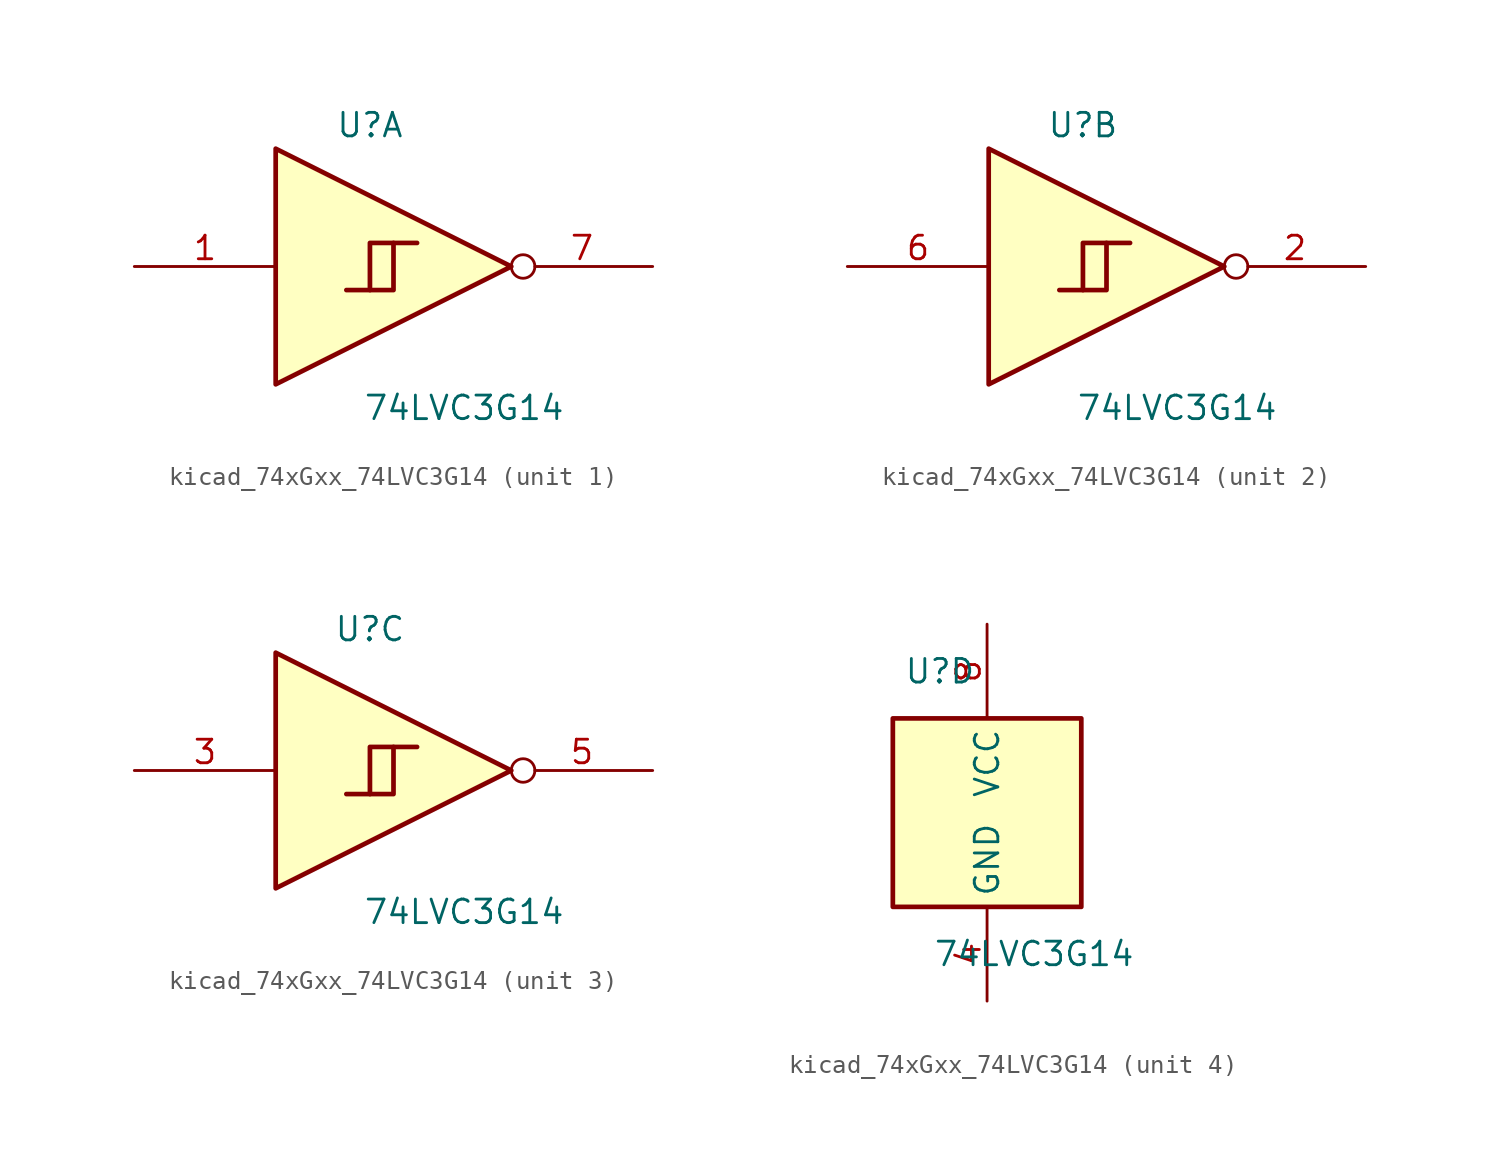
<source format=kicad_sym>
(kicad_symbol_lib
  (version 20220914)
  (generator kicad_symbol_editor)
  (symbol "kicad_74xGxx_74LVC3G14"
    (property "Reference" "U"
      (at -2.54 7.62 0)
      (effects (font (size 1.27 1.27))))
    (property "Value" "74LVC3G14"
      (at 2.54 -7.62 0)
      (effects (font (size 1.27 1.27))))
    (symbol "kicad_74xGxx_74LVC3G14_1_1"
      (polyline (pts (xy -2.54 -1.27) (xy -1.27 -1.27) (xy -1.27 1.27)) (stroke (width 0.254) (type default)) (fill (type background)))
      (polyline (pts (xy -7.62 6.35) (xy -7.62 -6.35) (xy 5.08 0) (xy -7.62 6.35)) (stroke (width 0.254) (type default)) (fill (type background)))
      (polyline (pts (xy -3.81 -1.27) (xy -2.54 -1.27) (xy -2.54 1.27) (xy 0 1.27)) (stroke (width 0.254) (type default)) (fill (type background)))
      (pin input line (at -15.24 0 0) (length 7.62) (name "~" (effects (font (size 1.27 1.27)))) (number "1" (effects (font (size 1.27 1.27)))))
      (pin output inverted (at 12.7 0 180) (length 7.62) (name "~" (effects (font (size 1.27 1.27)))) (number "7" (effects (font (size 1.27 1.27))))))
    (symbol "kicad_74xGxx_74LVC3G14_2_1"
      (polyline (pts (xy -2.54 -1.27) (xy -1.27 -1.27) (xy -1.27 1.27)) (stroke (width 0.254) (type default)) (fill (type background)))
      (polyline (pts (xy -7.62 6.35) (xy -7.62 -6.35) (xy 5.08 0) (xy -7.62 6.35)) (stroke (width 0.254) (type default)) (fill (type background)))
      (polyline (pts (xy -3.81 -1.27) (xy -2.54 -1.27) (xy -2.54 1.27) (xy 0 1.27)) (stroke (width 0.254) (type default)) (fill (type background)))
      (pin output inverted (at 12.7 0 180) (length 7.62) (name "~" (effects (font (size 1.27 1.27)))) (number "2" (effects (font (size 1.27 1.27)))))
      (pin input line (at -15.24 0 0) (length 7.62) (name "~" (effects (font (size 1.27 1.27)))) (number "6" (effects (font (size 1.27 1.27))))))
    (symbol "kicad_74xGxx_74LVC3G14_3_1"
      (polyline (pts (xy -2.54 -1.27) (xy -1.27 -1.27) (xy -1.27 1.27)) (stroke (width 0.254) (type default)) (fill (type background)))
      (polyline (pts (xy -7.62 6.35) (xy -7.62 -6.35) (xy 5.08 0) (xy -7.62 6.35)) (stroke (width 0.254) (type default)) (fill (type background)))
      (polyline (pts (xy -3.81 -1.27) (xy -2.54 -1.27) (xy -2.54 1.27) (xy 0 1.27)) (stroke (width 0.254) (type default)) (fill (type background)))
      (pin input line (at -15.24 0 0) (length 7.62) (name "~" (effects (font (size 1.27 1.27)))) (number "3" (effects (font (size 1.27 1.27)))))
      (pin output inverted (at 12.7 0 180) (length 7.62) (name "~" (effects (font (size 1.27 1.27)))) (number "5" (effects (font (size 1.27 1.27))))))
    (symbol "kicad_74xGxx_74LVC3G14_4_0"
      (rectangle (start -5.08 -5.08) (end 5.08 5.08) (stroke (width 0.254) (type default)) (fill (type background))))
    (symbol "kicad_74xGxx_74LVC3G14_4_1"
      (pin power_in line (at 0 -10.16 90) (length 5.08) (name "GND" (effects (font (size 1.27 1.27)))) (number "4" (effects (font (size 1.27 1.27)))))
      (pin power_in line (at 0 10.16 270) (length 5.08) (name "VCC" (effects (font (size 1.27 1.27)))) (number "8" (effects (font (size 1.27 1.27))))))))
</source>
